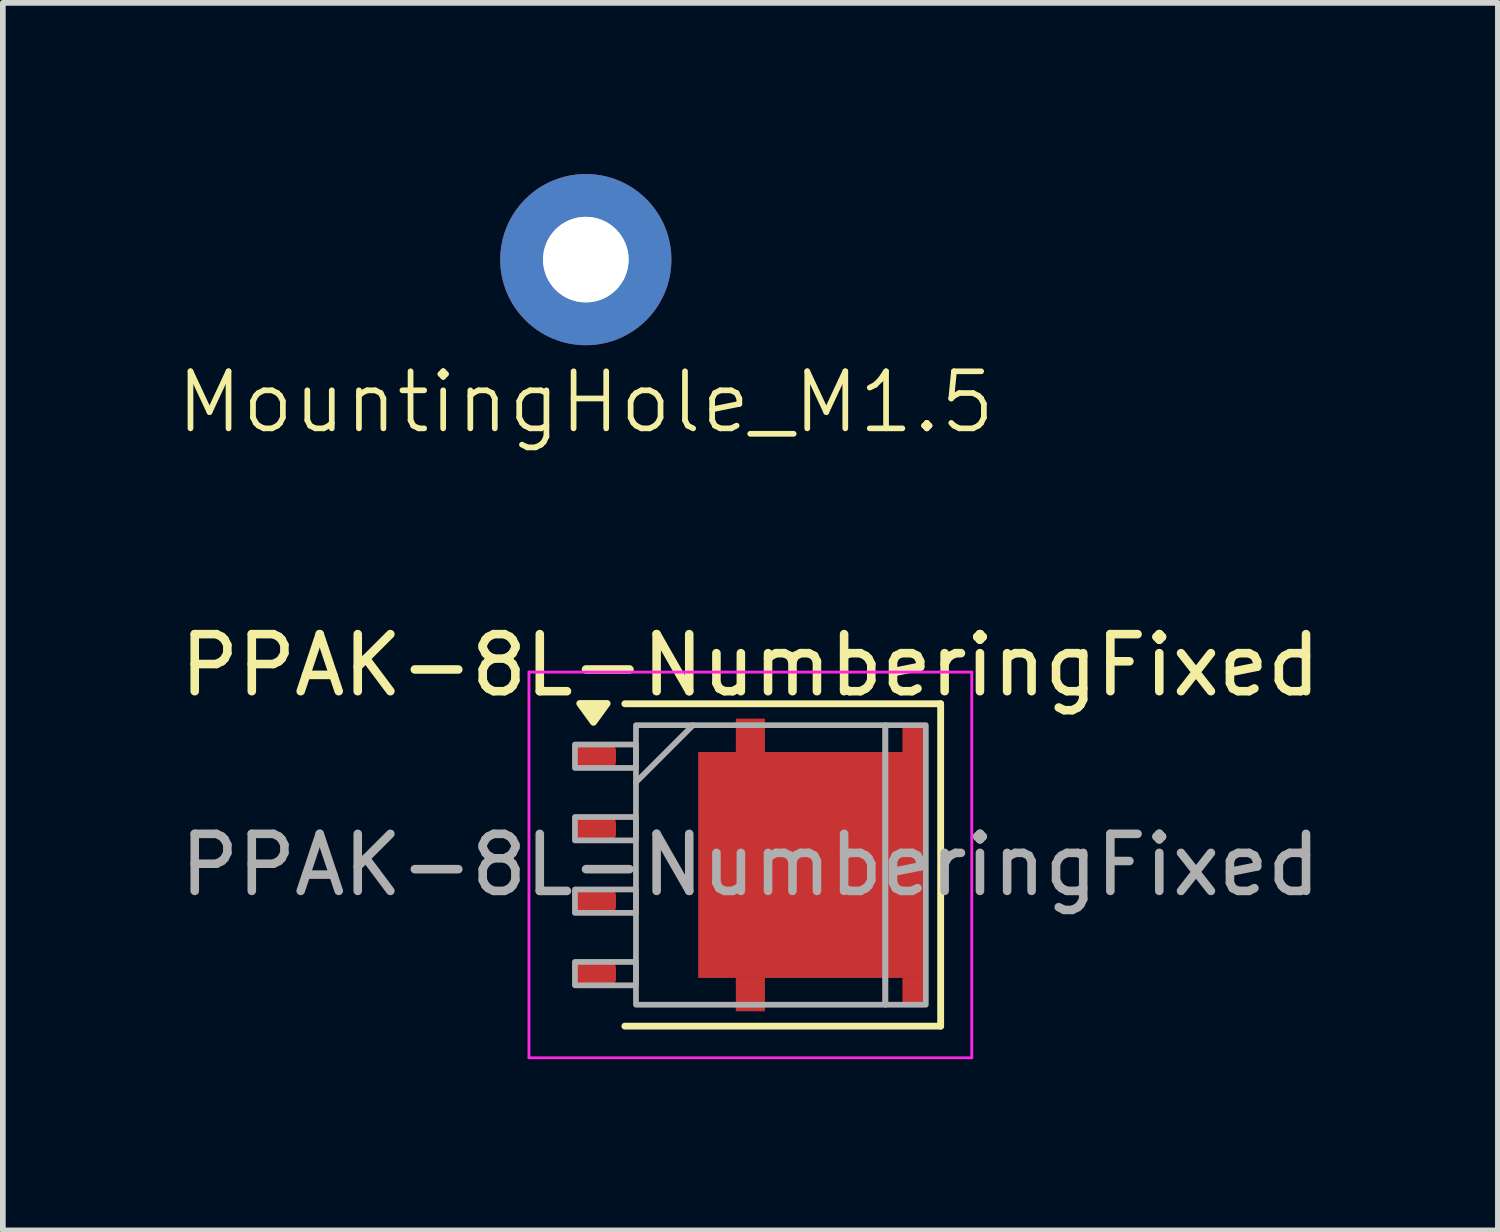
<source format=kicad_pcb>
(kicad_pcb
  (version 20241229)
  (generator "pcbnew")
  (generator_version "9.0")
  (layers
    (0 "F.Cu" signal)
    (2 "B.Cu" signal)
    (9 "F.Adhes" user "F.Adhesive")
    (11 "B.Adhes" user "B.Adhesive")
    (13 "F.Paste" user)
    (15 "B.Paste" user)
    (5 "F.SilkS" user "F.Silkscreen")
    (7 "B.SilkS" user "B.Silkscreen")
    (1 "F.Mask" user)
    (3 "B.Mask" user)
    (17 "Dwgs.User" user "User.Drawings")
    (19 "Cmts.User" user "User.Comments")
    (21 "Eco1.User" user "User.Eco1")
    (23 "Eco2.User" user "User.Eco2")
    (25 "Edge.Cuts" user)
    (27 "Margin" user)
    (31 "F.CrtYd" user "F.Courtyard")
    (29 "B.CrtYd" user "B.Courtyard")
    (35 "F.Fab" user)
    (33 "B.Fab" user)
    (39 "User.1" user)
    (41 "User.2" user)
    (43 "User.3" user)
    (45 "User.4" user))
  (footprint "MountingHole_M1.5"
    (layer "F.Cu")
    (at 7.217 1.5)
    (property "Reference" "MountingHole_M1.5" (at 0 2.5 0) (unlocked yes) (layer "F.SilkS") (effects (font (size 1 1) (thickness 0.1))))
    (attr smd)
    (fp_circle (center 0 0) (end 0.7 0) (stroke (width 0.1) (type solid)) (fill no) (layer "Edge.Cuts"))
    (pad "1" thru_hole circle (at 0 0) (size 3 3) (drill 1.5) (layers "*.Cu" "*.Mask")))
  (footprint "PPAK-8L-NumberingFixed"
    (layer "F.Cu")
    (at 10.101 12.109)
    (property "Reference" "PPAK-8L-NumberingFixed" (at 0 -3.5 0) (layer "F.SilkS") (effects (font (size 1 1) (thickness 0.15))))
    (attr smd)
    (fp_line (start -2.2 -2.825) (end 3.335 -2.825) (stroke (width 0.12) (type solid)) (layer "F.SilkS"))
    (fp_line (start -2.2 2.825) (end 3.335 2.825) (stroke (width 0.12) (type solid)) (layer "F.SilkS"))
    (fp_line (start 3.335 -2.825) (end 3.335 2.825) (stroke (width 0.12) (type solid)) (layer "F.SilkS"))
    (fp_poly (pts (xy -2.75 -2.5) (xy -2.51 -2.83) (xy -2.99 -2.83) (xy -2.75 -2.5)) (stroke (width 0.12) (type solid)) (fill yes) (layer "F.SilkS"))
    (fp_line (start -3.88 -3.38) (end -3.88 3.38) (stroke (width 0.05) (type solid)) (layer "F.CrtYd"))
    (fp_line (start -3.88 -3.38) (end 3.88 -3.38) (stroke (width 0.05) (type solid)) (layer "F.CrtYd"))
    (fp_line (start -3.88 3.38) (end 3.88 3.38) (stroke (width 0.05) (type solid)) (layer "F.CrtYd"))
    (fp_line (start 3.88 -3.38) (end 3.88 3.38) (stroke (width 0.05) (type solid)) (layer "F.CrtYd"))
    (fp_line (start -2.005 -1.45) (end -1.005 -2.45) (stroke (width 0.1) (type default)) (layer "F.Fab"))
    (fp_rect (start -3.075 -2.11) (end -2.005 -1.7) (stroke (width 0.1) (type default)) (fill no) (layer "F.Fab"))
    (fp_rect (start -3.075 -0.84) (end -2.005 -0.43) (stroke (width 0.1) (type solid)) (fill no) (layer "F.Fab"))
    (fp_rect (start -3.075 0.43) (end -2.005 0.84) (stroke (width 0.1) (type default)) (fill no) (layer "F.Fab"))
    (fp_rect (start -3.075 1.7) (end -2.005 2.11) (stroke (width 0.1) (type default)) (fill no) (layer "F.Fab"))
    (fp_rect (start -2.005 -2.45) (end 2.365 2.45) (stroke (width 0.1) (type default)) (fill no) (layer "F.Fab"))
    (fp_rect (start 2.365 -2.45) (end 3.075 2.45) (stroke (width 0.1) (type default)) (fill no) (layer "F.Fab"))
    (fp_text user "${REFERENCE}" (at 0 0 0) (layer "F.Fab") (effects (font (size 1 1) (thickness 0.15))))
    (pad "" smd roundrect (at 0.107 -0.965) (size 1.645 1.63) (layers "F.Paste") (roundrect_rratio 0.25))
    (pad "" smd roundrect (at 0.107 0.965) (size 1.645 1.63) (layers "F.Paste") (roundrect_rratio 0.25))
    (pad "" smd roundrect (at 2.053 -0.965) (size 1.645 1.63) (layers "F.Paste") (roundrect_rratio 0.25))
    (pad "" smd roundrect (at 2.053 0.965) (size 1.645 1.63) (layers "F.Paste") (roundrect_rratio 0.25))
    (pad "1" smd rect (at 0 -2.272) (size 0.51 0.585) (layers "F.Cu" "F.Mask" "F.Paste"))
    (pad "1" smd rect (at 0 2.272) (size 0.51 0.585) (layers "F.Cu" "F.Mask" "F.Paste"))
    (pad "1" smd rect (at 1.08 0) (size 3.99 3.96) (layers "F.Cu" "F.Mask"))
    (pad "1" smd rect (at 2.87 -2.215) (size 0.41 0.47) (layers "F.Cu" "F.Mask" "F.Paste"))
    (pad "1" smd rect (at 2.87 2.215) (size 0.41 0.47) (layers "F.Cu" "F.Mask" "F.Paste"))
    (pad "2" smd roundrect (at -2.715 1.905) (size 0.72 0.41) (layers "F.Cu" "F.Mask" "F.Paste") (roundrect_rratio 0.25))
    (pad "3" smd roundrect (at -2.715 -1.905) (size 0.72 0.41) (layers "F.Cu" "F.Mask" "F.Paste") (roundrect_rratio 0.25))
    (pad "3" smd roundrect (at -2.715 -0.635) (size 0.72 0.41) (layers "F.Cu" "F.Mask" "F.Paste") (roundrect_rratio 0.25))
    (pad "3" smd roundrect (at -2.715 0.635) (size 0.72 0.41) (layers "F.Cu" "F.Mask" "F.Paste") (roundrect_rratio 0.25)))
  (gr_rect
    (start -3 -3)
    (end 23.202 18.514)
    (stroke (width 0.1) (type default))
    (fill no)
    (layer "Edge.Cuts")))
</source>
